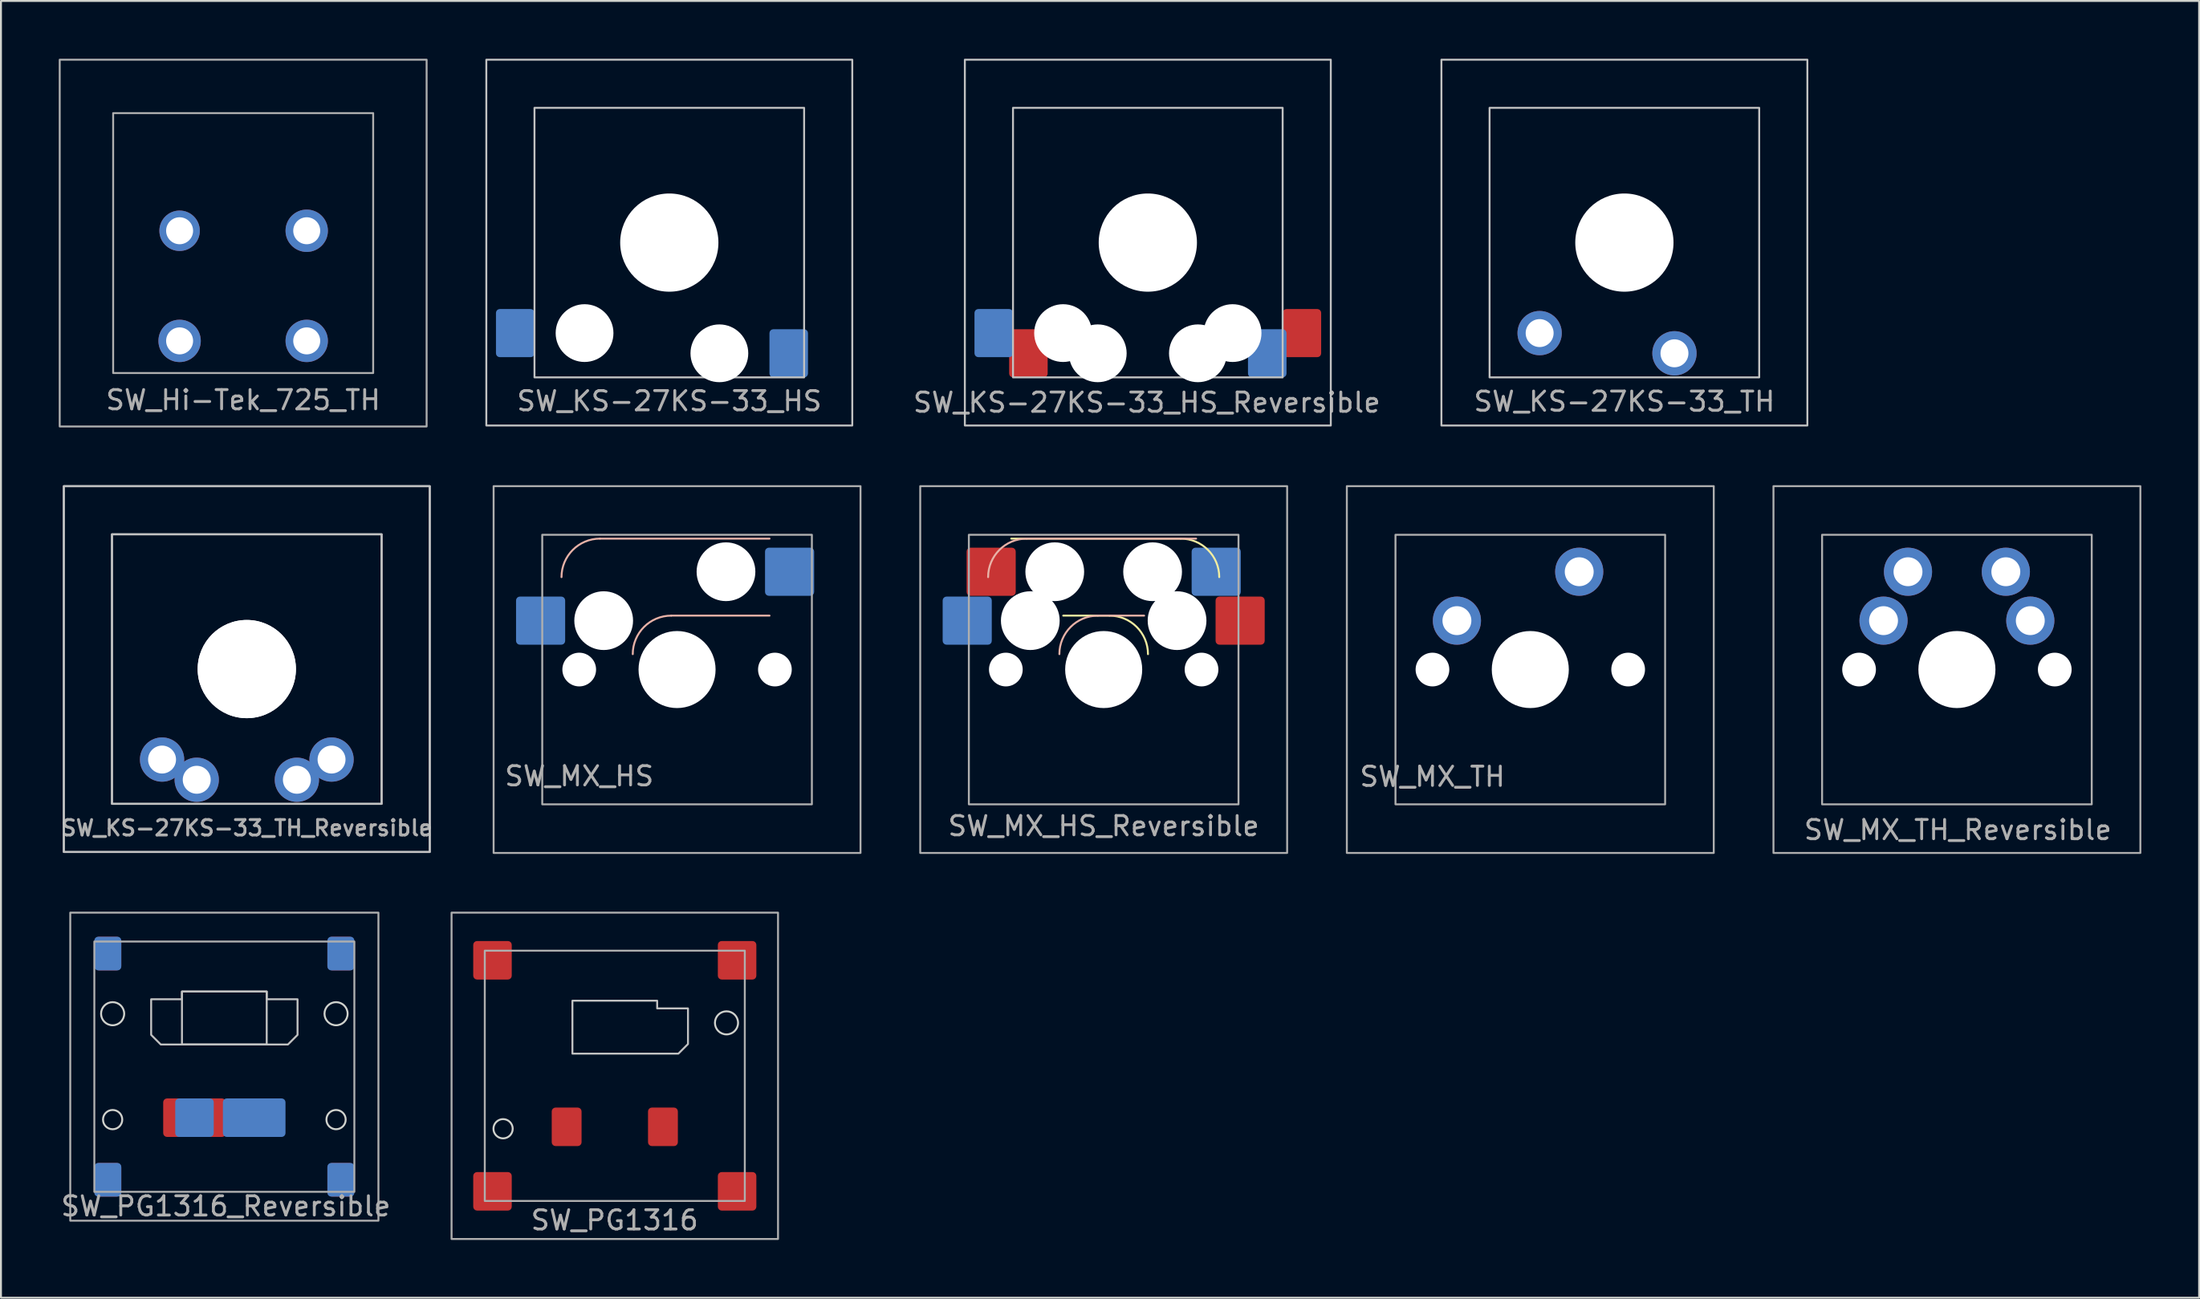
<source format=kicad_pcb>
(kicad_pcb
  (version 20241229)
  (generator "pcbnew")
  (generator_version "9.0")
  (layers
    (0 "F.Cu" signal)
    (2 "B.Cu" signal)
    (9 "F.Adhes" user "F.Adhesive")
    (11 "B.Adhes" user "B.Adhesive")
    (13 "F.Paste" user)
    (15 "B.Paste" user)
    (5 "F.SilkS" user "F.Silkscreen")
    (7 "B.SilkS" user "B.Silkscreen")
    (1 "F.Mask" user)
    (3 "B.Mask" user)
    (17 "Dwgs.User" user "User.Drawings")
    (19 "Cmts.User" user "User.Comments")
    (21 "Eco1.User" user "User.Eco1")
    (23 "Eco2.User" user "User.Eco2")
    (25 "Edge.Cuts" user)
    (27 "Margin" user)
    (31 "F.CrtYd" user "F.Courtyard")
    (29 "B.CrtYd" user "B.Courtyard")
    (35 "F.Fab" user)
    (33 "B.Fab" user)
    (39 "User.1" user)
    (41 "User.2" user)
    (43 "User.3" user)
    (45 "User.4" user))
  (footprint "SW_MX_TH_Reversible"
    (layer "F.Cu")
    (at 98.553 31.725)
    (property "Reference" "SW_MX_TH_Reversible" (at 0.051 8.331 0) (layer "F.Fab") (effects (font (size 1 1) (thickness 0.15))))
    (attr through_hole)
    (fp_rect (start -9.525 -9.525) (end 9.525 9.525) (stroke (width 0.1) (type solid)) (fill no) (layer "F.Fab"))
    (fp_rect (start -7 -7) (end 7 7) (stroke (width 0.1) (type solid)) (fill no) (layer "F.Fab"))
    (pad "" np_thru_hole circle (at -5.08 0) (size 1.75 1.75) (drill 1.75) (layers "*.Cu" "*.Mask"))
    (pad "" np_thru_hole circle (at 0 0) (size 4 4) (drill 4) (layers "*.Cu" "*.Mask"))
    (pad "" np_thru_hole circle (at 5.08 0) (size 1.75 1.75) (drill 1.75) (layers "*.Cu" "*.Mask"))
    (pad "1" thru_hole circle (at -3.81 -2.54) (size 2.5 2.5) (drill 1.5) (layers "*.Cu" "*.Mask"))
    (pad "1" thru_hole circle (at 3.81 -2.54) (size 2.5 2.5) (drill 1.5) (layers "*.Cu" "*.Mask"))
    (pad "2" thru_hole circle (at -2.54 -5.08) (size 2.5 2.5) (drill 1.5) (layers "*.Cu" "*.Mask"))
    (pad "2" thru_hole circle (at 2.54 -5.08) (size 2.5 2.5) (drill 1.5) (layers "*.Cu" "*.Mask")))
  (footprint "SW_MX_TH"
    (layer "F.Cu")
    (at 76.403 31.725)
    (property "Reference" "SW_MX_TH" (at -5.08 5.563 0) (layer "F.Fab") (effects (font (size 1 1) (thickness 0.15))))
    (attr through_hole)
    (fp_rect (start -9.525 -9.525) (end 9.525 9.525) (stroke (width 0.1) (type solid)) (fill no) (layer "F.Fab"))
    (fp_rect (start -7 -7) (end 7 7) (stroke (width 0.1) (type solid)) (fill no) (layer "F.Fab"))
    (pad "" np_thru_hole circle (at -5.08 0) (size 1.75 1.75) (drill 1.75) (layers "*.Cu" "*.Mask"))
    (pad "" np_thru_hole circle (at 0 0) (size 4 4) (drill 4) (layers "*.Cu" "*.Mask"))
    (pad "" np_thru_hole circle (at 5.08 0) (size 1.75 1.75) (drill 1.75) (layers "*.Cu" "*.Mask"))
    (pad "1" thru_hole circle (at -3.81 -2.54) (size 2.5 2.5) (drill 1.5) (layers "*.Cu" "*.Mask"))
    (pad "2" thru_hole circle (at 2.54 -5.08) (size 2.5 2.5) (drill 1.5) (layers "*.Cu" "*.Mask")))
  (footprint "SW_KS-27KS-33_TH_Reversible"
    (layer "F.Cu")
    (at 9.764 31.7)
    (property "Reference" "SW_KS-27KS-33_TH_Reversible" (at 0 8.255 0) (layer "F.Fab") (effects (font (size 0.8 0.8) (thickness 0.15))))
    (attr through_hole)
    (fp_rect (start -9.5 -9.5) (end 9.5 9.5) (stroke (width 0.1) (type default)) (fill no) (layer "Dwgs.User"))
    (fp_rect (start -9.5 -9.5) (end 9.5 9.5) (stroke (width 0.1) (type default)) (fill no) (layer "Dwgs.User"))
    (fp_rect (start -7 -7) (end 7 7) (stroke (width 0.1) (type default)) (fill no) (layer "Dwgs.User"))
    (fp_rect (start -7 -7) (end 7 7) (stroke (width 0.1) (type default)) (fill no) (layer "Dwgs.User"))
    (pad "" np_thru_hole circle (at 0 0 180) (size 5.1 5.1) (drill 5.1) (layers "*.Cu" "*.Mask"))
    (pad "" np_thru_hole circle (at 0 0 180) (size 5.1 5.1) (drill 5.1) (layers "*.Cu" "*.Mask"))
    (pad "1" thru_hole circle (at -4.4 4.7 180) (size 2.3 2.3) (drill 1.45) (layers "*.Cu" "*.Mask"))
    (pad "1" thru_hole circle (at 4.4 4.7 180) (size 2.3 2.3) (drill 1.45) (layers "*.Cu" "*.Mask"))
    (pad "2" thru_hole circle (at -2.6 5.75 180) (size 2.3 2.3) (drill 1.45) (layers "*.Cu" "*.Mask"))
    (pad "2" thru_hole circle (at 2.6 5.75 180) (size 2.3 2.3) (drill 1.45) (layers "*.Cu" "*.Mask")))
  (footprint "SW_KS-27KS-33_TH"
    (layer "F.Cu")
    (at 81.288 9.55)
    (property "Reference" "SW_KS-27KS-33_TH" (at 0 8.255 0) (layer "F.Fab") (effects (font (size 1 1) (thickness 0.15))))
    (attr through_hole)
    (fp_rect (start -9.5 -9.5) (end 9.5 9.5) (stroke (width 0.1) (type default)) (fill no) (layer "Dwgs.User"))
    (fp_rect (start -7 -7) (end 7 7) (stroke (width 0.1) (type default)) (fill no) (layer "Dwgs.User"))
    (pad "" np_thru_hole circle (at 0 0 180) (size 5.1 5.1) (drill 5.1) (layers "*.Cu" "*.Mask"))
    (pad "1" thru_hole circle (at -4.4 4.7 180) (size 2.3 2.3) (drill 1.45) (layers "*.Cu" "*.Mask"))
    (pad "2" thru_hole circle (at 2.6 5.75 180) (size 2.3 2.3) (drill 1.45) (layers "*.Cu" "*.Mask")))
  (footprint "SW_PG1316_Reversible"
    (layer "F.Cu")
    (at 8.598 52.35)
    (property "Reference" "SW_PG1316_Reversible" (at 0.075 7.25 0) (unlocked yes) (layer "F.Fab") (effects (font (size 1 1) (thickness 0.15))))
    (attr smd)
    (fp_poly (pts (xy -3.8 -3.5) (xy -3.8 -1.65) (xy -3.3 -1.15) (xy 2.2 -1.15) (xy 2.2 -3.9) (xy -2.2 -3.9) (xy -2.2 -3.5)) (stroke (width 0.1) (type solid)) (fill no) (layer "Dwgs.User"))
    (fp_poly (pts (xy 3.8 -3.5) (xy 3.8 -1.65) (xy 3.3 -1.15) (xy -2.2 -1.15) (xy -2.2 -3.9) (xy 2.2 -3.9) (xy 2.2 -3.5)) (stroke (width 0.1) (type solid)) (fill no) (layer "Dwgs.User"))
    (fp_circle (center -5.8 -2.75) (end -5.2 -2.75) (stroke (width 0.1) (type default)) (fill no) (layer "Edge.Cuts"))
    (fp_circle (center -5.8 2.75) (end -5.3 2.75) (stroke (width 0.1) (type default)) (fill no) (layer "Edge.Cuts"))
    (fp_circle (center 5.8 -2.75) (end 6.4 -2.75) (stroke (width 0.1) (type default)) (fill no) (layer "Edge.Cuts"))
    (fp_circle (center 5.8 2.75) (end 6.3 2.75) (stroke (width 0.1) (type default)) (fill no) (layer "Edge.Cuts"))
    (fp_rect (start -8 8) (end 8 -8) (stroke (width 0.1) (type default)) (fill no) (layer "F.Fab"))
    (fp_rect (start -6.75 -6.5) (end 6.75 6.5) (stroke (width 0.1) (type default)) (fill no) (layer "F.Fab"))
    (pad "1" smd roundrect (at -1.55 2.65) (size 2 2) (layers "B.Cu" "B.Mask" "B.Paste") (roundrect_rratio 0.1))
    (pad "1" smd roundrect (at -1.55 2.65) (size 3.25 2) (layers "F.Cu" "F.Mask" "F.Paste") (roundrect_rratio 0.1))
    (pad "2" smd roundrect (at 1.55 2.65) (size 2 2) (layers "F.Cu" "F.Mask" "F.Paste") (roundrect_rratio 0.1))
    (pad "2" smd roundrect (at 1.55 2.65) (size 3.25 2) (layers "B.Cu" "B.Mask" "B.Paste") (roundrect_rratio 0.1))
    (pad "3" smd roundrect (at -6.05 -5.875) (size 1.4 1.75) (layers "F.Cu" "F.Mask" "F.Paste") (roundrect_rratio 0.179))
    (pad "3" smd roundrect (at -6.05 -5.875) (size 1.4 1.75) (layers "B.Cu" "B.Mask" "B.Paste") (roundrect_rratio 0.143))
    (pad "3" smd roundrect (at -6.05 5.875) (size 1.4 1.75) (layers "F.Cu" "F.Mask" "F.Paste") (roundrect_rratio 0.179))
    (pad "3" smd roundrect (at -6.05 5.875) (size 1.4 1.75) (layers "B.Cu" "B.Mask" "B.Paste") (roundrect_rratio 0.143))
    (pad "3" smd roundrect (at 6.05 -5.875) (size 1.4 1.75) (layers "F.Cu" "F.Mask" "F.Paste") (roundrect_rratio 0.179))
    (pad "3" smd roundrect (at 6.05 -5.875) (size 1.4 1.75) (layers "B.Cu" "B.Mask" "B.Paste") (roundrect_rratio 0.143))
    (pad "3" smd roundrect (at 6.05 5.875) (size 1.4 1.75) (layers "F.Cu" "F.Mask" "F.Paste") (roundrect_rratio 0.179))
    (pad "3" smd roundrect (at 6.05 5.875) (size 1.4 1.75) (layers "B.Cu" "B.Mask" "B.Paste") (roundrect_rratio 0.143)))
  (footprint "SW_MX_HS_Reversible"
    (layer "F.Cu")
    (at 54.253 31.725)
    (property "Reference" "SW_MX_HS_Reversible" (at 0 8.128 0) (layer "F.Fab") (effects (font (size 1 1) (thickness 0.15))))
    (attr smd)
    (fp_line (start 0.3 -2.8) (end -2.1 -2.8) (stroke (width 0.1) (type solid)) (layer "F.SilkS"))
    (fp_line (start 4 -6.8) (end -4.8 -6.8) (stroke (width 0.1) (type solid)) (layer "F.SilkS"))
    (fp_arc (start 0.3 -2.8) (mid 1.714214 -2.214214) (end 2.3 -0.8) (stroke (width 0.1) (type solid)) (layer "F.SilkS"))
    (fp_arc (start 4 -6.8) (mid 5.414214 -6.214214) (end 6 -4.8) (stroke (width 0.1) (type solid)) (layer "F.SilkS"))
    (fp_line (start -4 -6.8) (end 4.8 -6.8) (stroke (width 0.1) (type solid)) (layer "B.SilkS"))
    (fp_line (start -0.3 -2.8) (end 2.1 -2.8) (stroke (width 0.1) (type solid)) (layer "B.SilkS"))
    (fp_arc (start -6 -4.8) (mid -5.414214 -6.214214) (end -4 -6.8) (stroke (width 0.1) (type solid)) (layer "B.SilkS"))
    (fp_arc (start -2.3 -0.8) (mid -1.714214 -2.214214) (end -0.3 -2.8) (stroke (width 0.1) (type solid)) (layer "B.SilkS"))
    (fp_rect (start -9.525 -9.525) (end 9.525 9.525) (stroke (width 0.1) (type solid)) (fill no) (layer "F.Fab"))
    (fp_rect (start -7 -7) (end 7 7) (stroke (width 0.1) (type solid)) (fill no) (layer "F.Fab"))
    (pad "" np_thru_hole circle (at -5.08 0) (size 1.75 1.75) (drill 1.75) (layers "*.Cu" "*.Mask"))
    (pad "" np_thru_hole circle (at -3.81 -2.54) (size 3.05 3.05) (drill 3.05) (layers "*.Cu" "*.Mask"))
    (pad "" np_thru_hole circle (at -2.54 -5.08) (size 3.05 3.05) (drill 3.05) (layers "*.Cu" "*.Mask"))
    (pad "" np_thru_hole circle (at 0 0) (size 4 4) (drill 4) (layers "*.Cu" "*.Mask"))
    (pad "" np_thru_hole circle (at 2.54 -5.08) (size 3.05 3.05) (drill 3.05) (layers "*.Cu" "*.Mask"))
    (pad "" np_thru_hole circle (at 3.81 -2.54) (size 3.05 3.05) (drill 3.05) (layers "*.Cu" "*.Mask"))
    (pad "" np_thru_hole circle (at 5.08 0) (size 1.75 1.75) (drill 1.75) (layers "*.Cu" "*.Mask"))
    (pad "1" smd roundrect (at -7.085 -2.54) (size 2.55 2.5) (layers "B.Cu" "B.Mask" "B.Paste") (roundrect_rratio 0.08))
    (pad "1" smd roundrect (at 7.085 -2.54) (size 2.55 2.5) (layers "F.Cu" "F.Mask" "F.Paste") (roundrect_rratio 0.08))
    (pad "2" smd roundrect (at -5.842 -5.08) (size 2.55 2.5) (layers "F.Cu" "F.Mask" "F.Paste") (roundrect_rratio 0.08))
    (pad "2" smd roundrect (at 5.842 -5.08) (size 2.55 2.5) (layers "B.Cu" "B.Mask" "B.Paste") (roundrect_rratio 0.08)))
  (footprint "SW_MX_HS"
    (layer "F.Cu")
    (at 32.103 31.725)
    (property "Reference" "SW_MX_HS" (at -5.08 5.537 0) (layer "F.Fab") (effects (font (size 1 1) (thickness 0.15))))
    (attr smd)
    (fp_line (start -4 -6.8) (end 4.8 -6.8) (stroke (width 0.1) (type solid)) (layer "B.SilkS"))
    (fp_line (start -0.3 -2.8) (end 4.8 -2.8) (stroke (width 0.1) (type solid)) (layer "B.SilkS"))
    (fp_arc (start -6 -4.8) (mid -5.414214 -6.214214) (end -4 -6.8) (stroke (width 0.1) (type solid)) (layer "B.SilkS"))
    (fp_arc (start -2.3 -0.8) (mid -1.714214 -2.214214) (end -0.3 -2.8) (stroke (width 0.1) (type solid)) (layer "B.SilkS"))
    (fp_line (start -7 -2.9) (end -7.8 -2.9) (stroke (width 0.1) (type solid)) (layer "Eco1.User"))
    (fp_rect (start -9.525 -9.525) (end 9.525 9.525) (stroke (width 0.1) (type solid)) (fill no) (layer "F.Fab"))
    (fp_rect (start -7 -7) (end 7 7) (stroke (width 0.1) (type solid)) (fill no) (layer "F.Fab"))
    (pad "" np_thru_hole circle (at -5.08 0) (size 1.75 1.75) (drill 1.75) (layers "*.Cu" "*.Mask"))
    (pad "" np_thru_hole circle (at -3.81 -2.54) (size 3.05 3.05) (drill 3.05) (layers "*.Cu" "*.Mask"))
    (pad "" np_thru_hole circle (at 0 0) (size 4 4) (drill 4) (layers "*.Cu" "*.Mask"))
    (pad "" np_thru_hole circle (at 2.54 -5.08) (size 3.05 3.05) (drill 3.05) (layers "*.Cu" "*.Mask"))
    (pad "" np_thru_hole circle (at 5.08 0) (size 1.75 1.75) (drill 1.75) (layers "*.Cu" "*.Mask"))
    (pad "1" smd roundrect (at -7.085 -2.54) (size 2.55 2.5) (layers "B.Cu" "B.Mask" "B.Paste") (roundrect_rratio 0.08))
    (pad "2" smd roundrect (at 5.842 -5.08) (size 2.55 2.5) (layers "B.Cu" "B.Mask" "B.Paste") (roundrect_rratio 0.08)))
  (footprint "SW_PG1316"
    (layer "F.Cu")
    (at 28.87 52.825)
    (property "Reference" "SW_PG1316" (at -0.01 7.5 0) (unlocked yes) (layer "F.Fab") (effects (font (size 1 1) (thickness 0.15))))
    (attr smd)
    (fp_poly (pts (xy 3.8 -3.5) (xy 3.8 -1.65) (xy 3.3 -1.15) (xy -2.2 -1.15) (xy -2.2 -3.9) (xy 2.2 -3.9) (xy 2.2 -3.5)) (stroke (width 0.1) (type solid)) (fill no) (layer "Dwgs.User"))
    (fp_circle (center -5.8 2.75) (end -5.3 2.75) (stroke (width 0.1) (type default)) (fill no) (layer "Edge.Cuts"))
    (fp_circle (center 5.8 -2.75) (end 6.4 -2.75) (stroke (width 0.1) (type default)) (fill no) (layer "Edge.Cuts"))
    (fp_rect (start -8.475 8.475) (end 8.475 -8.475) (stroke (width 0.1) (type solid)) (fill no) (layer "F.Fab"))
    (fp_rect (start -6.75 -6.5) (end 6.75 6.5) (stroke (width 0.1) (type default)) (fill no) (layer "F.Fab"))
    (pad "1" smd roundrect (at -2.5 2.65) (size 1.55 2) (layers "F.Cu" "F.Mask" "F.Paste") (roundrect_rratio 0.129))
    (pad "2" smd roundrect (at 2.5 2.65) (size 1.55 2) (layers "F.Cu" "F.Mask" "F.Paste") (roundrect_rratio 0.129))
    (pad "3" smd roundrect (at -6.35 -6) (size 2 2) (layers "F.Cu" "F.Mask" "F.Paste") (roundrect_rratio 0.1))
    (pad "3" smd roundrect (at -6.35 6) (size 2 2) (layers "F.Cu" "F.Mask" "F.Paste") (roundrect_rratio 0.1))
    (pad "3" smd roundrect (at 6.35 -6) (size 2 2) (layers "F.Cu" "F.Mask" "F.Paste") (roundrect_rratio 0.1))
    (pad "3" smd roundrect (at 6.35 6) (size 2 2) (layers "F.Cu" "F.Mask" "F.Paste") (roundrect_rratio 0.1)))
  (footprint "SW_Hi-Tek_725_TH"
    (layer "F.Cu")
    (at 9.575 9.575)
    (property "Reference" "SW_Hi-Tek_725_TH" (at 0 8.153 180) (layer "F.Fab") (effects (font (size 1 1) (thickness 0.15))))
    (attr through_hole)
    (fp_rect (start -9.525 -9.525) (end 9.525 9.525) (stroke (width 0.1) (type solid)) (fill no) (layer "F.Fab"))
    (fp_rect (start -6.75 -6.75) (end 6.75 6.75) (stroke (width 0.1) (type solid)) (fill no) (layer "F.Fab"))
    (pad "1" thru_hole circle (at 3.3 -0.64) (size 2.2 2.2) (drill 1.4) (layers "*.Cu" "*.Mask"))
    (pad "1" thru_hole circle (at 3.3 5.08) (size 2.2 2.2) (drill 1.4) (layers "*.Cu" "*.Mask"))
    (pad "2" thru_hole circle (at -3.3 -0.64) (size 2.1 2.1) (drill 1.4) (layers "*.Cu" "*.Mask"))
    (pad "2" thru_hole circle (at -3.3 5.08) (size 2.2 2.2) (drill 1.4) (layers "*.Cu" "*.Mask")))
  (footprint "SW_KS-27KS-33_HS"
    (layer "F.Cu")
    (at 31.7 9.55)
    (property "Reference" "SW_KS-27KS-33_HS" (at 0 8.23 0) (unlocked yes) (layer "F.Fab") (effects (font (size 1 1) (thickness 0.15))))
    (attr smd)
    (fp_rect (start -9.5 -9.5) (end 9.5 9.5) (stroke (width 0.1) (type default)) (fill no) (layer "Dwgs.User"))
    (fp_rect (start -7 -7) (end 7 7) (stroke (width 0.1) (type default)) (fill no) (layer "Dwgs.User"))
    (pad "" np_thru_hole circle (at -4.4 4.7) (size 3 3) (drill 3) (layers "*.Cu" "*.Mask"))
    (pad "" np_thru_hole circle (at 0 0) (size 5.1 5.1) (drill 5.1) (layers "*.Cu" "*.Mask"))
    (pad "" np_thru_hole circle (at 2.6 5.75) (size 3 3) (drill 3) (layers "*.Cu" "*.Mask"))
    (pad "1" smd roundrect (at -8 4.7) (size 2 2.5) (layers "B.Cu" "B.Mask" "B.Paste") (roundrect_rratio 0.1))
    (pad "2" smd roundrect (at 6.2 5.75) (size 2 2.5) (layers "B.Cu" "B.Mask" "B.Paste") (roundrect_rratio 0.1)))
  (footprint "SW_KS-27KS-33_HS_Reversible"
    (layer "F.Cu")
    (at 56.545 9.55)
    (property "Reference" "SW_KS-27KS-33_HS_Reversible" (at -0.051 8.306 0) (unlocked yes) (layer "F.Fab") (effects (font (size 1 1) (thickness 0.15))))
    (attr smd)
    (fp_rect (start -9.5 -9.5) (end 9.5 9.5) (stroke (width 0.1) (type default)) (fill no) (layer "Dwgs.User"))
    (fp_rect (start -7 -7) (end 7 7) (stroke (width 0.1) (type default)) (fill no) (layer "Dwgs.User"))
    (pad "" np_thru_hole circle (at -4.4 4.7) (size 3 3) (drill 3) (layers "*.Cu" "*.Mask"))
    (pad "" np_thru_hole circle (at -2.6 5.75) (size 3 3) (drill 3) (layers "*.Cu" "*.Mask"))
    (pad "" np_thru_hole circle (at 0 0) (size 5.1 5.1) (drill 5.1) (layers "*.Cu" "*.Mask"))
    (pad "" np_thru_hole circle (at 2.6 5.75) (size 3 3) (drill 3) (layers "*.Cu" "*.Mask"))
    (pad "" np_thru_hole circle (at 4.4 4.7) (size 3 3) (drill 3) (layers "*.Cu" "*.Mask"))
    (pad "1" smd roundrect (at -8 4.7) (size 2 2.5) (layers "B.Cu" "B.Mask" "B.Paste") (roundrect_rratio 0.1))
    (pad "1" smd roundrect (at -6.2 5.75) (size 2 2.5) (layers "F.Cu" "F.Mask" "F.Paste") (roundrect_rratio 0.1))
    (pad "2" smd roundrect (at 6.2 5.75) (size 2 2.5) (layers "B.Cu" "B.Mask" "B.Paste") (roundrect_rratio 0.1))
    (pad "2" smd roundrect (at 8 4.7) (size 2 2.5) (layers "F.Cu" "F.Mask" "F.Paste") (roundrect_rratio 0.1)))
  (gr_rect
    (start -3 -3)
    (end 111.128 64.35)
    (stroke (width 0.1) (type default))
    (fill no)
    (layer "Edge.Cuts")))
</source>
